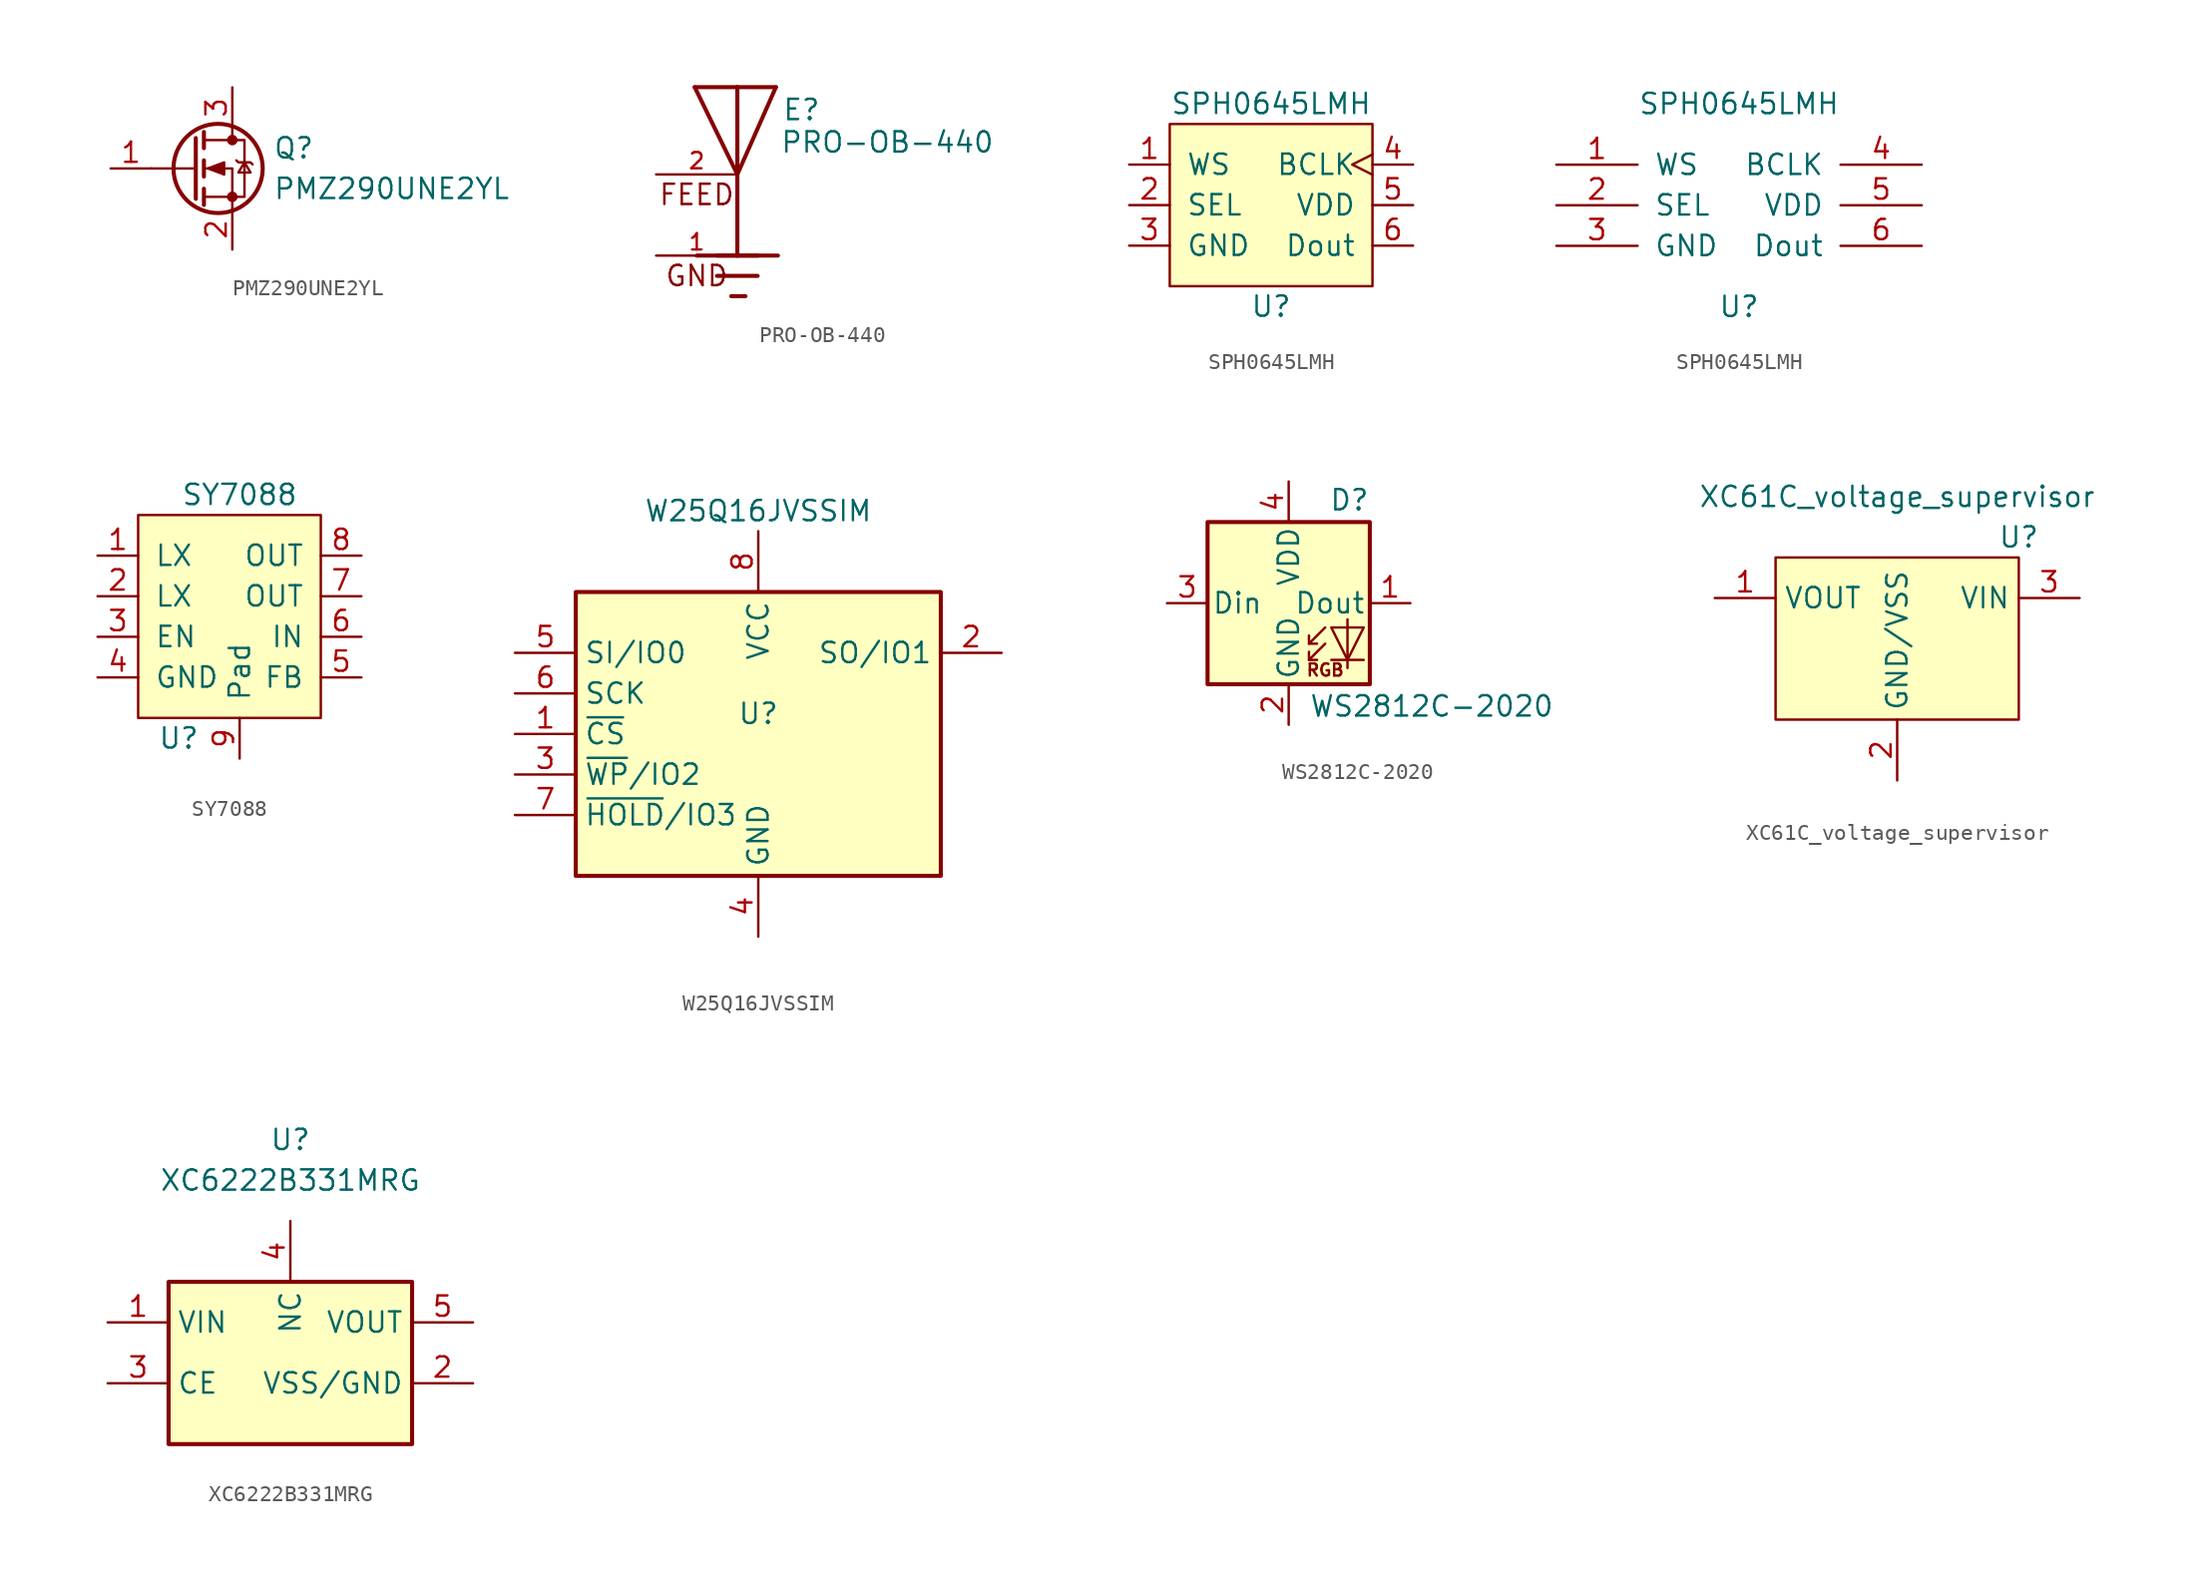
<source format=kicad_sym>
(kicad_symbol_lib
  (version 20211014)
  (generator kicad_symbol_editor)
  (symbol "PMZ290UNE2YL"
    (pin_names
      (offset 0) hide)
    (property "Reference" "Q"
      (at 5.08 1.27 0)
      (effects (font (size 1.27 1.27)) (justify left)))
    (property "Value" "PMZ290UNE2YL"
      (at 5.08 -1.27 0)
      (effects (font (size 1.27 1.27)) (justify left)))
    (symbol "PMZ290UNE2YL_0_1"
      (polyline (pts (xy 0.254 0) (xy -2.54 0)) (stroke (width 0) (type default) (color 0 0 0 0)) (fill (type none)))
      (polyline (pts (xy 0.254 1.905) (xy 0.254 -1.905)) (stroke (width 0.254) (type default) (color 0 0 0 0)) (fill (type none)))
      (polyline (pts (xy 0.762 -1.27) (xy 0.762 -2.286)) (stroke (width 0.254) (type default) (color 0 0 0 0)) (fill (type none)))
      (polyline (pts (xy 0.762 0.508) (xy 0.762 -0.508)) (stroke (width 0.254) (type default) (color 0 0 0 0)) (fill (type none)))
      (polyline (pts (xy 0.762 2.286) (xy 0.762 1.27)) (stroke (width 0.254) (type default) (color 0 0 0 0)) (fill (type none)))
      (polyline (pts (xy 2.54 2.54) (xy 2.54 1.778)) (stroke (width 0) (type default) (color 0 0 0 0)) (fill (type none)))
      (polyline (pts (xy 2.54 -2.54) (xy 2.54 0) (xy 0.762 0)) (stroke (width 0) (type default) (color 0 0 0 0)) (fill (type none)))
      (polyline (pts (xy 0.762 -1.778) (xy 3.302 -1.778) (xy 3.302 1.778) (xy 0.762 1.778)) (stroke (width 0) (type default) (color 0 0 0 0)) (fill (type none)))
      (polyline (pts (xy 1.016 0) (xy 2.032 0.381) (xy 2.032 -0.381) (xy 1.016 0)) (stroke (width 0) (type default) (color 0 0 0 0)) (fill (type outline)))
      (polyline (pts (xy 2.794 0.508) (xy 2.921 0.381) (xy 3.683 0.381) (xy 3.81 0.254)) (stroke (width 0) (type default) (color 0 0 0 0)) (fill (type none)))
      (polyline (pts (xy 3.302 0.381) (xy 2.921 -0.254) (xy 3.683 -0.254) (xy 3.302 0.381)) (stroke (width 0) (type default) (color 0 0 0 0)) (fill (type none)))
      (circle (center 1.651 0) (radius 2.794) (stroke (width 0.254) (type default) (color 0 0 0 0)) (fill (type none)))
      (circle (center 2.54 -1.778) (radius 0.254) (stroke (width 0) (type default) (color 0 0 0 0)) (fill (type outline)))
      (circle (center 2.54 1.778) (radius 0.254) (stroke (width 0) (type default) (color 0 0 0 0)) (fill (type outline))))
    (symbol "PMZ290UNE2YL_1_1"
      (pin input line (at -5.08 0 0) (length 2.54) (name "G" (effects (font (size 1.27 1.27)))) (number "1" (effects (font (size 1.27 1.27)))))
      (pin passive line (at 2.54 -5.08 90) (length 2.54) (name "S" (effects (font (size 1.27 1.27)))) (number "2" (effects (font (size 1.27 1.27)))))
      (pin passive line (at 2.54 5.08 270) (length 2.54) (name "D" (effects (font (size 1.27 1.27)))) (number "3" (effects (font (size 1.27 1.27)))))))
  (symbol "PRO-OB-440"
    (pin_names
      (offset 1.016) hide)
    (property "Reference" "E"
      (at 2.794 3.302 0)
      (effects (font (size 1.27 1.27)) (justify left bottom)))
    (property "Value" "PRO-OB-440"
      (at 2.667 1.27 0)
      (effects (font (size 1.27 1.27)) (justify left bottom)))
    (symbol "PRO-OB-440_0_0"
      (polyline (pts (xy -2.667 5.461) (xy 0 5.461)) (stroke (width 0.254) (type default) (color 0 0 0 0)) (fill (type none)))
      (polyline (pts (xy -2.54 -5.08) (xy 2.54 -5.08)) (stroke (width 0.254) (type default) (color 0 0 0 0)) (fill (type none)))
      (polyline (pts (xy -1.27 -6.35) (xy 1.27 -6.35)) (stroke (width 0.254) (type default) (color 0 0 0 0)) (fill (type none)))
      (polyline (pts (xy -0.381 -7.62) (xy 0.508 -7.62)) (stroke (width 0.254) (type default) (color 0 0 0 0)) (fill (type none)))
      (polyline (pts (xy 0 -5.08) (xy -1.27 -5.08)) (stroke (width 0.254) (type default) (color 0 0 0 0)) (fill (type none)))
      (polyline (pts (xy 0 -5.08) (xy 1.27 -5.08)) (stroke (width 0.254) (type default) (color 0 0 0 0)) (fill (type none)))
      (polyline (pts (xy 0 0) (xy -2.667 5.461)) (stroke (width 0.254) (type default) (color 0 0 0 0)) (fill (type none)))
      (polyline (pts (xy 0 0) (xy 0 -5.08)) (stroke (width 0.254) (type default) (color 0 0 0 0)) (fill (type none)))
      (polyline (pts (xy 0 5.461) (xy 0 0)) (stroke (width 0.254) (type default) (color 0 0 0 0)) (fill (type none)))
      (polyline (pts (xy 0 5.461) (xy 2.413 5.461)) (stroke (width 0.254) (type default) (color 0 0 0 0)) (fill (type none)))
      (polyline (pts (xy 2.413 5.461) (xy 0 0)) (stroke (width 0.254) (type default) (color 0 0 0 0)) (fill (type none)))
      (text "FEED" (at -2.54 -1.27 0) (effects (font (size 1.27 1.27))))
      (text "GND" (at -2.54 -6.35 0) (effects (font (size 1.27 1.27))))
      (pin power_in line (at -5.08 -5.08 0) (length 5.08) (name "GND" (effects (font (size 1.016 1.016)))) (number "1" (effects (font (size 1.016 1.016)))))
      (pin input line (at -5.08 0 0) (length 5.08) (name "FEED" (effects (font (size 1.016 1.016)))) (number "2" (effects (font (size 1.016 1.016)))))))
  (symbol "SPH0645LMH"
    (pin_names
      (offset 1.016))
    (property "Reference" "U"
      (at 0 -6.35 0)
      (effects (font (size 1.27 1.27))))
    (property "Value" "SPH0645LMH"
      (at 0 6.35 0)
      (effects (font (size 1.27 1.27))))
    (symbol "SPH0645LMH_0_1"
      (rectangle (start -6.35 5.08) (end 6.35 -5.08) (stroke (width 0) (type default) (color 0 0 0 0)) (fill (type background))))
    (symbol "SPH0645LMH_1_1"
      (pin input line (at -8.89 2.54 0) (length 2.54) (name "WS" (effects (font (size 1.27 1.27)))) (number "1" (effects (font (size 1.27 1.27)))))
      (pin input line (at -8.89 0 0) (length 2.54) (name "SEL" (effects (font (size 1.27 1.27)))) (number "2" (effects (font (size 1.27 1.27)))))
      (pin power_in line (at -8.89 -2.54 0) (length 2.54) (name "GND" (effects (font (size 1.27 1.27)))) (number "3" (effects (font (size 1.27 1.27)))))
      (pin input clock (at 8.89 2.54 180) (length 2.54) (name "BCLK" (effects (font (size 1.27 1.27)))) (number "4" (effects (font (size 1.27 1.27)))))
      (pin power_in line (at 8.89 0 180) (length 2.54) (name "VDD" (effects (font (size 1.27 1.27)))) (number "5" (effects (font (size 1.27 1.27)))))
      (pin output line (at 8.89 -2.54 180) (length 2.54) (name "Dout" (effects (font (size 1.27 1.27)))) (number "6" (effects (font (size 1.27 1.27))))))
    (symbol "SPH0645LMH_1_2"
      (pin input line (at -11.43 2.54 0) (length 5.08) (name "WS" (effects (font (size 1.27 1.27)))) (number "1" (effects (font (size 1.27 1.27)))))
      (pin input line (at -11.43 0 0) (length 5.08) (name "SEL" (effects (font (size 1.27 1.27)))) (number "2" (effects (font (size 1.27 1.27)))))
      (pin input line (at -11.43 -2.54 0) (length 5.08) (name "GND" (effects (font (size 1.27 1.27)))) (number "3" (effects (font (size 1.27 1.27)))))
      (pin input line (at 11.43 2.54 180) (length 5.08) (name "BCLK" (effects (font (size 1.27 1.27)))) (number "4" (effects (font (size 1.27 1.27)))))
      (pin input line (at 11.43 0 180) (length 5.08) (name "VDD" (effects (font (size 1.27 1.27)))) (number "5" (effects (font (size 1.27 1.27)))))
      (pin input line (at 11.43 -2.54 180) (length 5.08) (name "Dout" (effects (font (size 1.27 1.27)))) (number "6" (effects (font (size 1.27 1.27)))))))
  (symbol "SY7088"
    (pin_names
      (offset 1.016))
    (property "Reference" "U"
      (at -3.81 -7.62 0)
      (effects (font (size 1.27 1.27))))
    (property "Value" "SY7088"
      (at 0 7.62 0)
      (effects (font (size 1.27 1.27))))
    (symbol "SY7088_0_1"
      (rectangle (start -6.35 6.35) (end 5.08 -6.35) (stroke (width 0) (type default) (color 0 0 0 0)) (fill (type background))))
    (symbol "SY7088_1_1"
      (pin input line (at -8.89 3.81 0) (length 2.54) (name "LX" (effects (font (size 1.27 1.27)))) (number "1" (effects (font (size 1.27 1.27)))))
      (pin input line (at -8.89 1.27 0) (length 2.54) (name "LX" (effects (font (size 1.27 1.27)))) (number "2" (effects (font (size 1.27 1.27)))))
      (pin input line (at -8.89 -1.27 0) (length 2.54) (name "EN" (effects (font (size 1.27 1.27)))) (number "3" (effects (font (size 1.27 1.27)))))
      (pin input line (at -8.89 -3.81 0) (length 2.54) (name "GND" (effects (font (size 1.27 1.27)))) (number "4" (effects (font (size 1.27 1.27)))))
      (pin input line (at 7.62 -3.81 180) (length 2.54) (name "FB" (effects (font (size 1.27 1.27)))) (number "5" (effects (font (size 1.27 1.27)))))
      (pin input line (at 7.62 -1.27 180) (length 2.54) (name "IN" (effects (font (size 1.27 1.27)))) (number "6" (effects (font (size 1.27 1.27)))))
      (pin input line (at 7.62 1.27 180) (length 2.54) (name "OUT" (effects (font (size 1.27 1.27)))) (number "7" (effects (font (size 1.27 1.27)))))
      (pin input line (at 7.62 3.81 180) (length 2.54) (name "OUT" (effects (font (size 1.27 1.27)))) (number "8" (effects (font (size 1.27 1.27)))))
      (pin input line (at 0 -8.89 90) (length 2.54) (name "Pad" (effects (font (size 1.27 1.27)))) (number "9" (effects (font (size 1.27 1.27)))))))
  (symbol "W25Q16JVSSIM"
    (property "Reference" "U"
      (at 0 0 0)
      (effects (font (size 1.27 1.27))))
    (property "Value" "W25Q16JVSSIM"
      (at 0 12.7 0)
      (effects (font (size 1.27 1.27))))
    (symbol "W25Q16JVSSIM_1_1"
      (rectangle (start -11.43 7.62) (end 11.43 -10.16) (stroke (width 0.254) (type default) (color 0 0 0 0)) (fill (type background)))
      (pin input line (at -15.24 -1.27 0) (length 3.81) (name "~{CS}" (effects (font (size 1.27 1.27)))) (number "1" (effects (font (size 1.27 1.27)))))
      (pin bidirectional line (at 15.24 3.81 180) (length 3.81) (name "SO/IO1" (effects (font (size 1.27 1.27)))) (number "2" (effects (font (size 1.27 1.27)))))
      (pin bidirectional line (at -15.24 -3.81 0) (length 3.81) (name "~{WP}/IO2" (effects (font (size 1.27 1.27)))) (number "3" (effects (font (size 1.27 1.27)))))
      (pin power_in line (at 0 -13.97 90) (length 3.81) (name "GND" (effects (font (size 1.27 1.27)))) (number "4" (effects (font (size 1.27 1.27)))))
      (pin bidirectional line (at -15.24 3.81 0) (length 3.81) (name "SI/IO0" (effects (font (size 1.27 1.27)))) (number "5" (effects (font (size 1.27 1.27)))))
      (pin input line (at -15.24 1.27 0) (length 3.81) (name "SCK" (effects (font (size 1.27 1.27)))) (number "6" (effects (font (size 1.27 1.27)))))
      (pin bidirectional line (at -15.24 -6.35 0) (length 3.81) (name "~{HOLD}/IO3" (effects (font (size 1.27 1.27)))) (number "7" (effects (font (size 1.27 1.27)))))
      (pin power_in line (at 0 11.43 270) (length 3.81) (name "VCC" (effects (font (size 1.27 1.27)))) (number "8" (effects (font (size 1.27 1.27)))))))
  (symbol "WS2812C-2020"
    (pin_names
      (offset 0.254))
    (property "Reference" "D"
      (at 5.08 5.715 0)
      (effects (font (size 1.27 1.27)) (justify right bottom)))
    (property "Value" "WS2812C-2020"
      (at 1.27 -5.715 0)
      (effects (font (size 1.27 1.27)) (justify left top)))
    (symbol "WS2812C-2020_0_0"
      (text "RGB" (at 2.286 -4.191 0) (effects (font (size 0.762 0.762)))))
    (symbol "WS2812C-2020_0_1"
      (polyline (pts (xy 1.27 -3.556) (xy 1.778 -3.556)) (stroke (width 0) (type default) (color 0 0 0 0)) (fill (type none)))
      (polyline (pts (xy 1.27 -2.54) (xy 1.778 -2.54)) (stroke (width 0) (type default) (color 0 0 0 0)) (fill (type none)))
      (polyline (pts (xy 4.699 -3.556) (xy 2.667 -3.556)) (stroke (width 0) (type default) (color 0 0 0 0)) (fill (type none)))
      (polyline (pts (xy 2.286 -2.54) (xy 1.27 -3.556) (xy 1.27 -3.048)) (stroke (width 0) (type default) (color 0 0 0 0)) (fill (type none)))
      (polyline (pts (xy 2.286 -1.524) (xy 1.27 -2.54) (xy 1.27 -2.032)) (stroke (width 0) (type default) (color 0 0 0 0)) (fill (type none)))
      (polyline (pts (xy 3.683 -1.016) (xy 3.683 -3.556) (xy 3.683 -4.064)) (stroke (width 0) (type default) (color 0 0 0 0)) (fill (type none)))
      (polyline (pts (xy 4.699 -1.524) (xy 2.667 -1.524) (xy 3.683 -3.556) (xy 4.699 -1.524)) (stroke (width 0) (type default) (color 0 0 0 0)) (fill (type none)))
      (rectangle (start 5.08 5.08) (end -5.08 -5.08) (stroke (width 0.254) (type default) (color 0 0 0 0)) (fill (type background))))
    (symbol "WS2812C-2020_1_1"
      (pin output line (at 7.62 0 180) (length 2.54) (name "Dout" (effects (font (size 1.27 1.27)))) (number "1" (effects (font (size 1.27 1.27)))))
      (pin power_in line (at 0 -7.62 90) (length 2.54) (name "GND" (effects (font (size 1.27 1.27)))) (number "2" (effects (font (size 1.27 1.27)))))
      (pin input line (at -7.62 0 0) (length 2.54) (name "Din" (effects (font (size 1.27 1.27)))) (number "3" (effects (font (size 1.27 1.27)))))
      (pin power_in line (at 0 7.62 270) (length 2.54) (name "VDD" (effects (font (size 1.27 1.27)))) (number "4" (effects (font (size 1.27 1.27)))))))
  (symbol "XC61C_voltage_supervisor"
    (property "Reference" "U"
      (at 7.62 5.08 0)
      (effects (font (size 1.27 1.27))))
    (property "Value" "XC61C_voltage_supervisor"
      (at 0 7.62 0)
      (effects (font (size 1.27 1.27))))
    (symbol "XC61C_voltage_supervisor_1_1"
      (rectangle (start -7.62 3.81) (end 7.62 -6.35) (stroke (width 0) (type default) (color 0 0 0 0)) (fill (type background)))
      (pin input line (at -11.43 1.27 0) (length 3.81) (name "VOUT" (effects (font (size 1.27 1.27)))) (number "1" (effects (font (size 1.27 1.27)))))
      (pin bidirectional line (at 0 -10.16 90) (length 3.81) (name "GND/VSS" (effects (font (size 1.27 1.27)))) (number "2" (effects (font (size 1.27 1.27)))))
      (pin bidirectional line (at 11.43 1.27 180) (length 3.81) (name "VIN" (effects (font (size 1.27 1.27)))) (number "3" (effects (font (size 1.27 1.27)))))))
  (symbol "XC6222B331MRG"
    (property "Reference" "U"
      (at 0 13.97 0)
      (effects (font (size 1.27 1.27))))
    (property "Value" "XC6222B331MRG"
      (at 0 11.43 0)
      (effects (font (size 1.27 1.27))))
    (symbol "XC6222B331MRG_1_1"
      (rectangle (start -7.62 5.08) (end 7.62 -5.08) (stroke (width 0.254) (type default) (color 0 0 0 0)) (fill (type background)))
      (pin input line (at -11.43 2.54 0) (length 3.81) (name "VIN" (effects (font (size 1.27 1.27)))) (number "1" (effects (font (size 1.27 1.27)))))
      (pin bidirectional line (at 11.43 -1.27 180) (length 3.81) (name "VSS/GND" (effects (font (size 1.27 1.27)))) (number "2" (effects (font (size 1.27 1.27)))))
      (pin bidirectional line (at -11.43 -1.27 0) (length 3.81) (name "CE" (effects (font (size 1.27 1.27)))) (number "3" (effects (font (size 1.27 1.27)))))
      (pin power_in line (at 0 8.89 270) (length 3.81) (name "NC" (effects (font (size 1.27 1.27)))) (number "4" (effects (font (size 1.27 1.27)))))
      (pin bidirectional line (at 11.43 2.54 180) (length 3.81) (name "VOUT" (effects (font (size 1.27 1.27)))) (number "5" (effects (font (size 1.27 1.27))))))))
</source>
